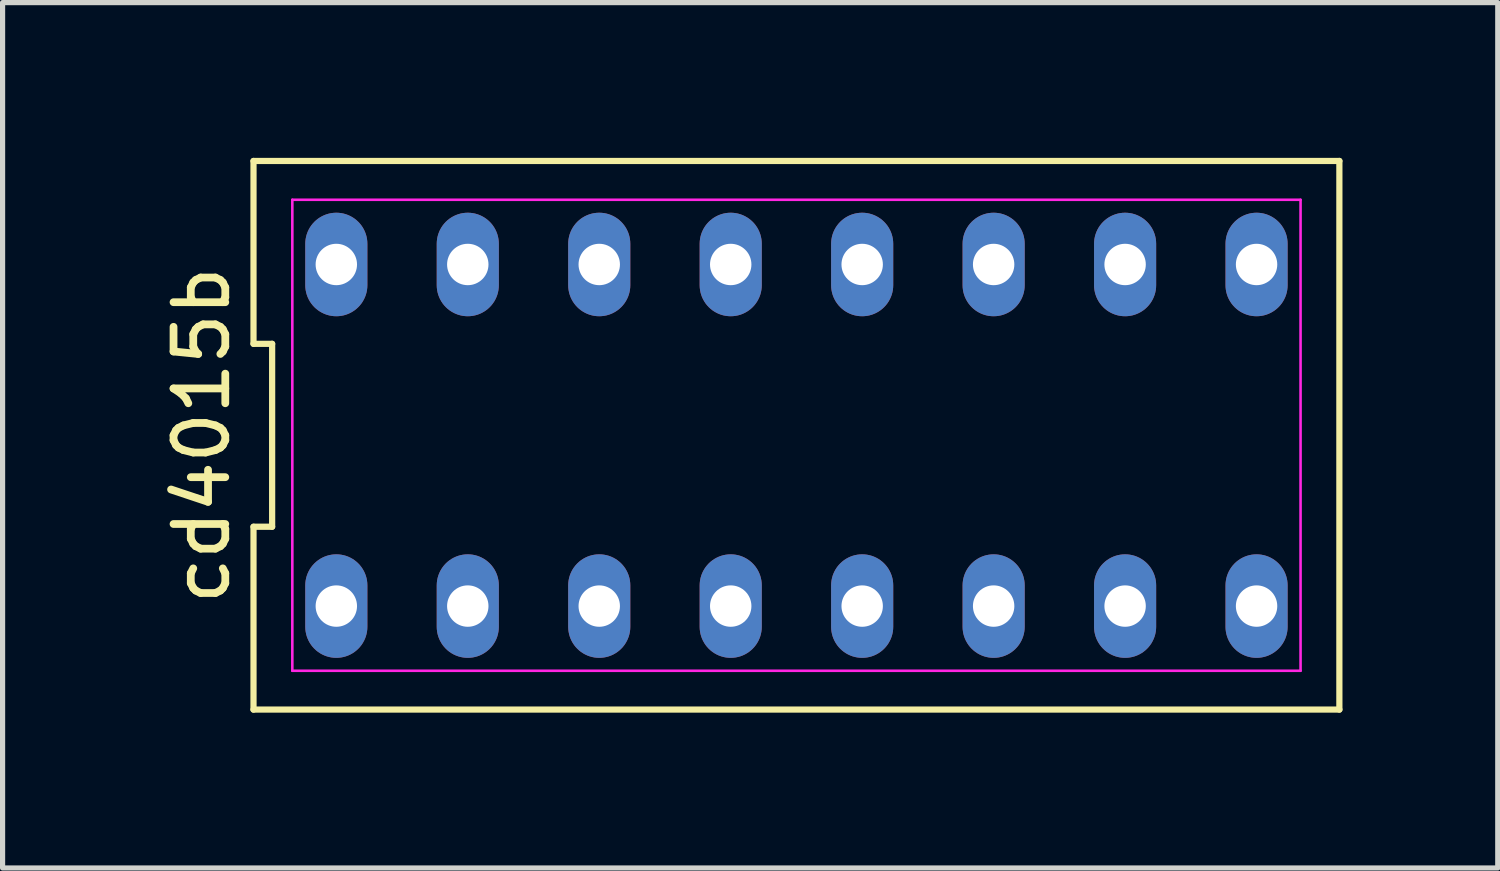
<source format=kicad_pcb>
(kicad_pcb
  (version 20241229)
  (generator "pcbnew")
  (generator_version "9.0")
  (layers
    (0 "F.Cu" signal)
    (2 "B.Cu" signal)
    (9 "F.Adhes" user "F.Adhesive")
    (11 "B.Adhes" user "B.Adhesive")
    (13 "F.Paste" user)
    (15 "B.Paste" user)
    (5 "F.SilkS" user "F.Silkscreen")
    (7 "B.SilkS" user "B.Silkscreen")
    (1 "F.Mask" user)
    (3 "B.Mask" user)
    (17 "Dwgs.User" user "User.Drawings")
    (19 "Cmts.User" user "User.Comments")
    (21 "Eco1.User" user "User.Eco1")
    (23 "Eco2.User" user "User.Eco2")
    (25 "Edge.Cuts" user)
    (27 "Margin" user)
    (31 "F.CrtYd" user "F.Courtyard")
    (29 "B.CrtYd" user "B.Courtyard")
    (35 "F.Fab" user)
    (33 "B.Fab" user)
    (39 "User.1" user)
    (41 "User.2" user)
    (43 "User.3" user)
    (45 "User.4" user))
  (footprint "cd4015b"
    (layer "F.Cu")
    (at 12.338 5.36)
    (property "Reference" "cd4015b" (at -11.49 0 90) (layer "F.SilkS") (effects (font (size 1 1) (thickness 0.15))))
    (attr through_hole)
    (fp_line (start -10.49 -5.3) (end -10.49 -1.767) (stroke (width 0.12) (type solid)) (layer "F.SilkS"))
    (fp_line (start -10.49 -1.767) (end -10.13 -1.767) (stroke (width 0.12) (type solid)) (layer "F.SilkS"))
    (fp_line (start -10.49 1.767) (end -10.49 5.3) (stroke (width 0.12) (type solid)) (layer "F.SilkS"))
    (fp_line (start -10.49 5.3) (end 10.49 5.3) (stroke (width 0.12) (type solid)) (layer "F.SilkS"))
    (fp_line (start -10.13 -1.767) (end -10.13 1.767) (stroke (width 0.12) (type solid)) (layer "F.SilkS"))
    (fp_line (start -10.13 1.767) (end -10.49 1.767) (stroke (width 0.12) (type solid)) (layer "F.SilkS"))
    (fp_line (start 10.49 -5.3) (end -10.49 -5.3) (stroke (width 0.12) (type solid)) (layer "F.SilkS"))
    (fp_line (start 10.49 5.3) (end 10.49 -5.3) (stroke (width 0.12) (type solid)) (layer "F.SilkS"))
    (fp_line (start -9.74 -4.55) (end 9.74 -4.55) (stroke (width 0.05) (type solid)) (layer "F.CrtYd"))
    (fp_line (start -9.74 4.55) (end -9.74 -4.55) (stroke (width 0.05) (type solid)) (layer "F.CrtYd"))
    (fp_line (start 9.74 -4.55) (end 9.74 4.55) (stroke (width 0.05) (type solid)) (layer "F.CrtYd"))
    (fp_line (start 9.74 4.55) (end -9.74 4.55) (stroke (width 0.05) (type solid)) (layer "F.CrtYd"))
    (pad "1" thru_hole oval (at -8.89 3.3) (size 1.2 2) (drill 0.8) (layers "*.Cu" "*.Mask"))
    (pad "2" thru_hole oval (at -6.35 3.3) (size 1.2 2) (drill 0.8) (layers "*.Cu" "*.Mask"))
    (pad "3" thru_hole oval (at -3.81 3.3) (size 1.2 2) (drill 0.8) (layers "*.Cu" "*.Mask"))
    (pad "4" thru_hole oval (at -1.27 3.3) (size 1.2 2) (drill 0.8) (layers "*.Cu" "*.Mask"))
    (pad "5" thru_hole oval (at 1.27 3.3) (size 1.2 2) (drill 0.8) (layers "*.Cu" "*.Mask"))
    (pad "6" thru_hole oval (at 3.81 3.3) (size 1.2 2) (drill 0.8) (layers "*.Cu" "*.Mask"))
    (pad "7" thru_hole oval (at 6.35 3.3) (size 1.2 2) (drill 0.8) (layers "*.Cu" "*.Mask"))
    (pad "8" thru_hole oval (at 8.89 3.3) (size 1.2 2) (drill 0.8) (layers "*.Cu" "*.Mask"))
    (pad "9" thru_hole oval (at 8.89 -3.3) (size 1.2 2) (drill 0.8) (layers "*.Cu" "*.Mask"))
    (pad "10" thru_hole oval (at 6.35 -3.3) (size 1.2 2) (drill 0.8) (layers "*.Cu" "*.Mask"))
    (pad "11" thru_hole oval (at 3.81 -3.3) (size 1.2 2) (drill 0.8) (layers "*.Cu" "*.Mask"))
    (pad "12" thru_hole oval (at 1.27 -3.3) (size 1.2 2) (drill 0.8) (layers "*.Cu" "*.Mask"))
    (pad "13" thru_hole oval (at -1.27 -3.3) (size 1.2 2) (drill 0.8) (layers "*.Cu" "*.Mask"))
    (pad "14" thru_hole oval (at -3.81 -3.3) (size 1.2 2) (drill 0.8) (layers "*.Cu" "*.Mask"))
    (pad "15" thru_hole oval (at -6.35 -3.3) (size 1.2 2) (drill 0.8) (layers "*.Cu" "*.Mask"))
    (pad "16" thru_hole oval (at -8.89 -3.3) (size 1.2 2) (drill 0.8) (layers "*.Cu" "*.Mask")))
  (gr_rect
    (start -3 -3)
    (end 25.888 13.72)
    (stroke (width 0.1) (type default))
    (fill no)
    (layer "Edge.Cuts")))
</source>
